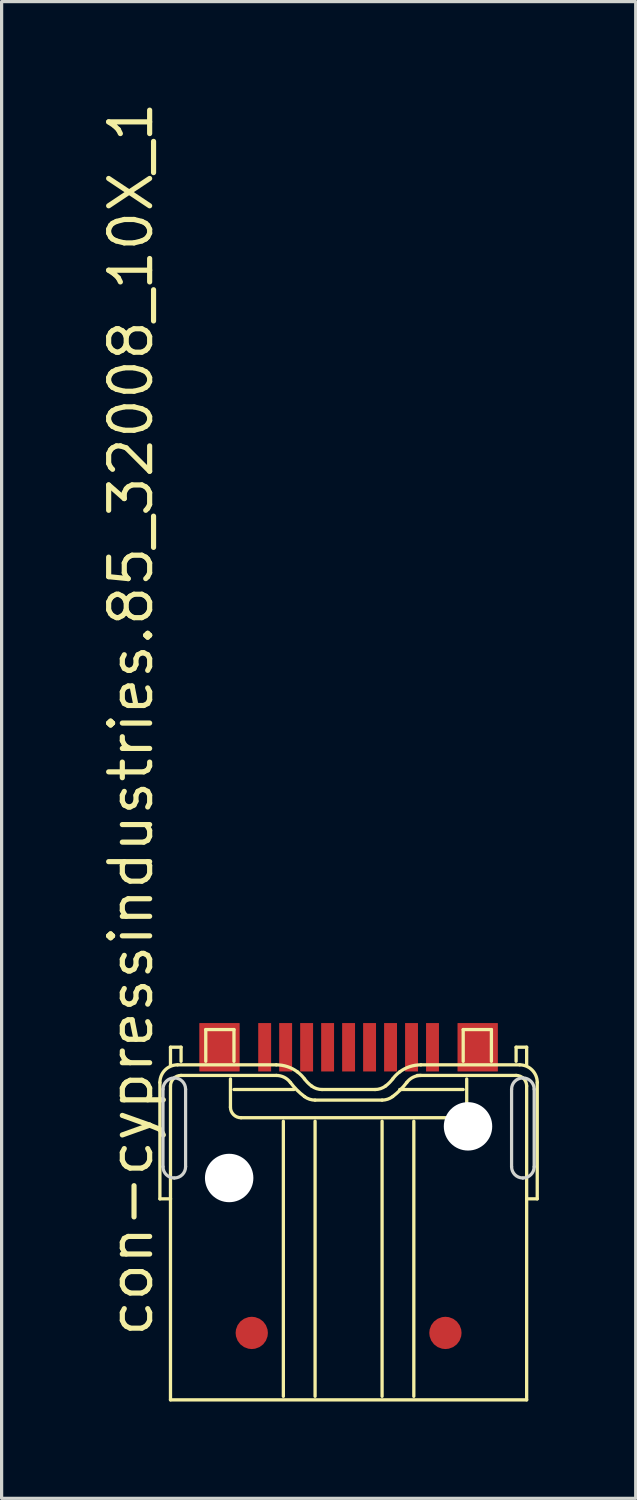
<source format=kicad_pcb>
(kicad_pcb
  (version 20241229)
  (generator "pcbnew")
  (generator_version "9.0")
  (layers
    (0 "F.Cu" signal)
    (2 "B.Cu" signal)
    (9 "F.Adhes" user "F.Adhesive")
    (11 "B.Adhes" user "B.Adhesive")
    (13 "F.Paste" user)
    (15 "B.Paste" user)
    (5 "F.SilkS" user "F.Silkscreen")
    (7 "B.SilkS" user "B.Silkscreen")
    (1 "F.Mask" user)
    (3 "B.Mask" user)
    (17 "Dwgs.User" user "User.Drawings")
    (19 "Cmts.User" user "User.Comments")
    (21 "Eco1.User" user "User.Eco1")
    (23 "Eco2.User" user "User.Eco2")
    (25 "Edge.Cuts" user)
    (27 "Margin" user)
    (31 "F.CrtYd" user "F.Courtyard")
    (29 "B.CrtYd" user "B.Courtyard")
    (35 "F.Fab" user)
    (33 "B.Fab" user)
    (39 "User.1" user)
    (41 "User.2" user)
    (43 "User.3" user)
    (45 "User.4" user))
  (footprint "con-cypressindustries.85_32008_10X_1"
    (layer "F.Cu")
    (at 7.75 39.447)
    (property "Reference" "con-cypressindustries.85_32008_10X_1" (at -6 -1 90) (layer "F.SilkS") (effects (font (size 1.27 1.27) (thickness 0.16)) (justify left bottom)))
    (attr smd)
    (fp_line (start -5.846 -5.354) (end -5.846 -8.959) (stroke (width 0.102) (type default)) (layer "F.SilkS"))
    (fp_line (start -5.518 -10.052) (end -5.19 -10.052) (stroke (width 0.102) (type default)) (layer "F.SilkS"))
    (fp_line (start -5.518 -9.506) (end -5.518 -10.052) (stroke (width 0.102) (type default)) (layer "F.SilkS"))
    (fp_line (start -5.518 -8.85) (end -5.518 -5.354) (stroke (width 0.102) (type default)) (layer "F.SilkS"))
    (fp_line (start -5.518 -5.354) (end -5.846 -5.354) (stroke (width 0.102) (type default)) (layer "F.SilkS"))
    (fp_line (start -5.518 -5.354) (end -5.518 0.874) (stroke (width 0.102) (type default)) (layer "F.SilkS"))
    (fp_line (start -5.518 0.874) (end 5.517 0.874) (stroke (width 0.102) (type default)) (layer "F.SilkS"))
    (fp_line (start -5.299 -9.506) (end -2.24 -9.506) (stroke (width 0.102) (type default)) (layer "F.SilkS"))
    (fp_line (start -5.19 -10.052) (end -5.19 -9.615) (stroke (width 0.102) (type default)) (layer "F.SilkS"))
    (fp_line (start -4.425 -10.598) (end -3.551 -10.598) (stroke (width 0.102) (type default)) (layer "F.SilkS"))
    (fp_line (start -4.425 -9.615) (end -4.425 -10.598) (stroke (width 0.102) (type default)) (layer "F.SilkS"))
    (fp_line (start -3.66 -9.069) (end -3.66 -8.194) (stroke (width 0.102) (type default)) (layer "F.SilkS"))
    (fp_line (start -3.551 -10.598) (end -3.551 -9.615) (stroke (width 0.102) (type default)) (layer "F.SilkS"))
    (fp_line (start -3.551 -8.741) (end -1.694 -8.741) (stroke (width 0.102) (type default)) (layer "F.SilkS"))
    (fp_line (start -3.333 -7.867) (end 3.332 -7.867) (stroke (width 0.102) (type default)) (layer "F.SilkS"))
    (fp_line (start -2.24 -9.178) (end -5.19 -9.178) (stroke (width 0.102) (type default)) (layer "F.SilkS"))
    (fp_line (start -2.021 0.765) (end -2.021 -7.758) (stroke (width 0.102) (type default)) (layer "F.SilkS"))
    (fp_line (start -1.038 -7.758) (end -1.038 0.765) (stroke (width 0.102) (type default)) (layer "F.SilkS"))
    (fp_line (start -0.82 -8.741) (end 0.819 -8.741) (stroke (width 0.102) (type default)) (layer "F.SilkS"))
    (fp_line (start 1.038 -7.758) (end 1.038 0.765) (stroke (width 0.102) (type default)) (layer "F.SilkS"))
    (fp_line (start 1.038 -8.413) (end -1.038 -8.413) (stroke (width 0.102) (type default)) (layer "F.SilkS"))
    (fp_line (start 1.584 -8.741) (end 3.551 -8.741) (stroke (width 0.102) (type default)) (layer "F.SilkS"))
    (fp_line (start 2.021 0.765) (end 2.021 -7.758) (stroke (width 0.102) (type default)) (layer "F.SilkS"))
    (fp_line (start 2.24 -9.506) (end 5.299 -9.506) (stroke (width 0.102) (type default)) (layer "F.SilkS"))
    (fp_line (start 3.551 -10.598) (end 4.425 -10.598) (stroke (width 0.102) (type default)) (layer "F.SilkS"))
    (fp_line (start 3.551 -9.615) (end 3.551 -10.598) (stroke (width 0.102) (type default)) (layer "F.SilkS"))
    (fp_line (start 3.66 -8.194) (end 3.66 -9.069) (stroke (width 0.102) (type default)) (layer "F.SilkS"))
    (fp_line (start 4.425 -10.598) (end 4.425 -9.615) (stroke (width 0.102) (type default)) (layer "F.SilkS"))
    (fp_line (start 5.19 -10.052) (end 5.517 -10.052) (stroke (width 0.102) (type default)) (layer "F.SilkS"))
    (fp_line (start 5.19 -9.615) (end 5.19 -10.052) (stroke (width 0.102) (type default)) (layer "F.SilkS"))
    (fp_line (start 5.19 -9.178) (end 2.13 -9.178) (stroke (width 0.102) (type default)) (layer "F.SilkS"))
    (fp_line (start 5.517 -10.052) (end 5.517 -9.506) (stroke (width 0.102) (type default)) (layer "F.SilkS"))
    (fp_line (start 5.517 -5.354) (end 5.517 -8.85) (stroke (width 0.102) (type default)) (layer "F.SilkS"))
    (fp_line (start 5.517 0.874) (end 5.517 -5.354) (stroke (width 0.102) (type default)) (layer "F.SilkS"))
    (fp_line (start 5.845 -8.959) (end 5.845 -5.354) (stroke (width 0.102) (type default)) (layer "F.SilkS"))
    (fp_line (start 5.845 -5.354) (end 5.517 -5.354) (stroke (width 0.102) (type default)) (layer "F.SilkS"))
    (fp_arc (start -5.8455 -8.9593) (mid -5.685463 -9.345563) (end -5.2992 -9.5056) (stroke (width 0.1016) (type default)) (layer "F.SilkS"))
    (fp_arc (start -5.5177 -8.85) (mid -5.42169 -9.08179) (end -5.1899 -9.1778) (stroke (width 0.1016) (type default)) (layer "F.SilkS"))
    (fp_arc (start -3.3325 -7.8667) (mid -3.56429 -7.96271) (end -3.6603 -8.1945) (stroke (width 0.1016) (type default)) (layer "F.SilkS"))
    (fp_arc (start -2.24 -9.5056) (mid -1.894474 -9.449537) (end -1.5844 -9.2871) (stroke (width 0.1016) (type default)) (layer "F.SilkS"))
    (fp_arc (start -2.24 -9.1778) (mid -1.995673 -9.120116) (end -1.8029 -8.9593) (stroke (width 0.1016) (type default)) (layer "F.SilkS"))
    (fp_arc (start -1.5844 -9.2871) (mid -1.467374 -9.185626) (end -1.3659 -9.0686) (stroke (width 0.1016) (type default)) (layer "F.SilkS"))
    (fp_arc (start -1.3659 -8.5223) (mid -1.599908 -8.725292) (end -1.8029 -8.9593) (stroke (width 0.1016) (type default)) (layer "F.SilkS"))
    (fp_arc (start -1.1474 -8.8501) (mid -1.264425 -8.951575) (end -1.3659 -9.0686) (stroke (width 0.1016) (type default)) (layer "F.SilkS"))
    (fp_arc (start -1.0381 -8.413) (mid -1.210873 -8.44104) (end -1.3659 -8.5223) (stroke (width 0.1016) (type default)) (layer "F.SilkS"))
    (fp_arc (start -0.8196 -8.7408) (mid -0.992362 -8.768871) (end -1.1474 -8.8501) (stroke (width 0.1016) (type default)) (layer "F.SilkS"))
    (fp_arc (start 1.1471 -8.8501) (mid 0.992062 -8.768871) (end 0.8193 -8.7408) (stroke (width 0.1016) (type default)) (layer "F.SilkS"))
    (fp_arc (start 1.3656 -9.0686) (mid 1.264125 -8.951575) (end 1.1471 -8.8501) (stroke (width 0.1016) (type default)) (layer "F.SilkS"))
    (fp_arc (start 1.3656 -9.0686) (mid 1.467074 -9.185626) (end 1.5841 -9.2871) (stroke (width 0.1016) (type default)) (layer "F.SilkS"))
    (fp_arc (start 1.3656 -8.5223) (mid 1.210573 -8.44104) (end 1.0378 -8.413) (stroke (width 0.1016) (type default)) (layer "F.SilkS"))
    (fp_arc (start 1.5841 -9.2871) (mid 1.894174 -9.449537) (end 2.2397 -9.5056) (stroke (width 0.1016) (type default)) (layer "F.SilkS"))
    (fp_arc (start 1.8026 -8.9593) (mid 1.599608 -8.725292) (end 1.3656 -8.5223) (stroke (width 0.1016) (type default)) (layer "F.SilkS"))
    (fp_arc (start 1.8026 -8.9593) (mid 1.995373 -9.120116) (end 2.2397 -9.1778) (stroke (width 0.1016) (type default)) (layer "F.SilkS"))
    (fp_arc (start 3.66 -8.1945) (mid 3.56399 -7.96271) (end 3.3322 -7.8667) (stroke (width 0.1016) (type default)) (layer "F.SilkS"))
    (fp_arc (start 5.1897 -9.1778) (mid 5.421419 -9.081819) (end 5.5174 -8.8501) (stroke (width 0.1016) (type default)) (layer "F.SilkS"))
    (fp_arc (start 5.2989 -9.5056) (mid 5.685192 -9.345592) (end 5.8452 -8.9593) (stroke (width 0.1016) (type default)) (layer "F.SilkS"))
    (fp_line (start -5.75 -6.35) (end -5.75 -8.75) (stroke (width 0.1) (type default)) (layer "Edge.Cuts"))
    (fp_line (start -5.05 -8.75) (end -5.05 -6.35) (stroke (width 0.1) (type default)) (layer "Edge.Cuts"))
    (fp_line (start 5.05 -6.35) (end 5.05 -8.75) (stroke (width 0.1) (type default)) (layer "Edge.Cuts"))
    (fp_line (start 5.75 -8.75) (end 5.75 -6.35) (stroke (width 0.1) (type default)) (layer "Edge.Cuts"))
    (fp_arc (start -5.75 -8.75) (mid -5.647487 -8.997487) (end -5.4 -9.1) (stroke (width 0.1) (type default)) (layer "Edge.Cuts"))
    (fp_arc (start -5.4 -9.1) (mid -5.152513 -8.997487) (end -5.05 -8.75) (stroke (width 0.1) (type default)) (layer "Edge.Cuts"))
    (fp_arc (start -5.4 -6) (mid -5.647487 -6.102513) (end -5.75 -6.35) (stroke (width 0.1) (type default)) (layer "Edge.Cuts"))
    (fp_arc (start -5.05 -6.35) (mid -5.152513 -6.102513) (end -5.4 -6) (stroke (width 0.1) (type default)) (layer "Edge.Cuts"))
    (fp_arc (start 5.05 -8.75) (mid 5.152513 -8.997487) (end 5.4 -9.1) (stroke (width 0.1) (type default)) (layer "Edge.Cuts"))
    (fp_arc (start 5.4 -9.1) (mid 5.647487 -8.997487) (end 5.75 -8.75) (stroke (width 0.1) (type default)) (layer "Edge.Cuts"))
    (fp_arc (start 5.4 -6) (mid 5.152513 -6.102513) (end 5.05 -6.35) (stroke (width 0.1) (type default)) (layer "Edge.Cuts"))
    (fp_arc (start 5.75 -6.35) (mid 5.647487 -6.102513) (end 5.4 -6) (stroke (width 0.1) (type default)) (layer "Edge.Cuts"))
    (pad "" np_thru_hole circle (at -3.7 -6) (size 1.5 1.5) (drill 1.5) (layers "*.Cu" "*.Mask"))
    (pad "" np_thru_hole circle (at 3.7 -7.6) (size 1.5 1.5) (drill 1.5) (layers "*.Cu" "*.Mask"))
    (pad "1" smd roundrect (at -2.6 -10.05) (size 0.4 1.5) (layers "F.Cu" "F.Mask" "F.Paste") (roundrect_rratio 0.01))
    (pad "2" smd roundrect (at -1.3 -10.05) (size 0.4 1.5) (layers "F.Cu" "F.Mask" "F.Paste") (roundrect_rratio 0.01))
    (pad "3" smd roundrect (at 1.3 -10.05) (size 0.4 1.5) (layers "F.Cu" "F.Mask" "F.Paste") (roundrect_rratio 0.01))
    (pad "4" smd roundrect (at 2.6 -10.05) (size 0.4 1.5) (layers "F.Cu" "F.Mask" "F.Paste") (roundrect_rratio 0.01))
    (pad "5" smd roundrect (at 1.95 -10.05) (size 0.4 1.5) (layers "F.Cu" "F.Mask" "F.Paste") (roundrect_rratio 0.01))
    (pad "6" smd roundrect (at 0.65 -10.05) (size 0.4 1.5) (layers "F.Cu" "F.Mask" "F.Paste") (roundrect_rratio 0.01))
    (pad "7" smd roundrect (at 0 -10.05) (size 0.4 1.5) (layers "F.Cu" "F.Mask" "F.Paste") (roundrect_rratio 0.01))
    (pad "8" smd roundrect (at -0.65 -10.05) (size 0.4 1.5) (layers "F.Cu" "F.Mask" "F.Paste") (roundrect_rratio 0.01))
    (pad "9" smd roundrect (at -1.95 -10.05) (size 0.4 1.5) (layers "F.Cu" "F.Mask" "F.Paste") (roundrect_rratio 0.01))
    (pad "M1" smd roundrect (at -4 -10.05) (size 1.25 1.5) (layers "F.Cu" "F.Mask" "F.Paste") (roundrect_rratio 0.01))
    (pad "M2" smd roundrect (at 4 -10.05) (size 1.25 1.5) (layers "F.Cu" "F.Mask" "F.Paste") (roundrect_rratio 0.01))
    (pad "M3" smd roundrect (at -3 -1.2) (size 1 1) (layers "F.Cu" "F.Mask" "F.Paste") (roundrect_rratio 0.5))
    (pad "M4" smd roundrect (at 3 -1.2) (size 1 1) (layers "F.Cu" "F.Mask" "F.Paste") (roundrect_rratio 0.5)))
  (gr_rect
    (start -3 -3)
    (end 16.646 43.372)
    (stroke (width 0.1) (type default))
    (fill no)
    (layer "Edge.Cuts")))
</source>
